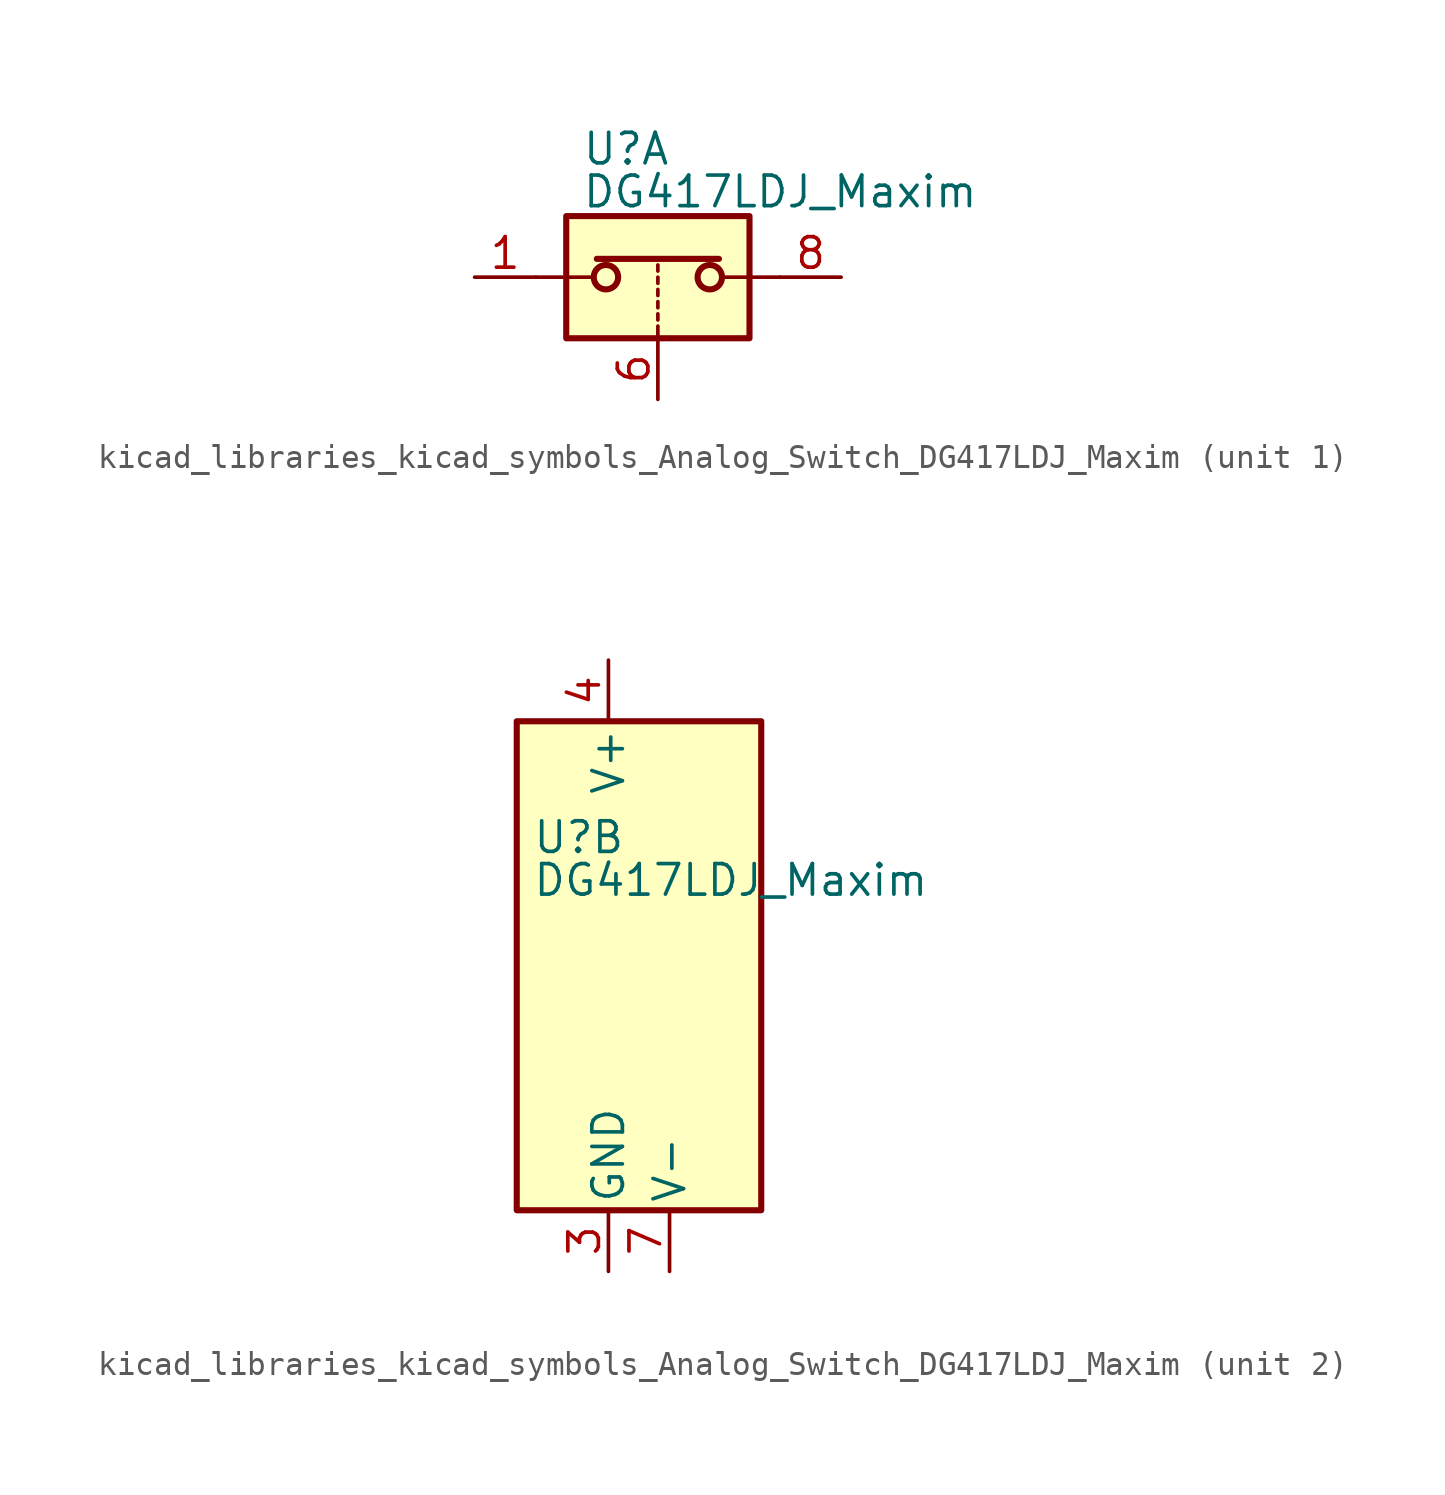
<source format=kicad_sym>
(kicad_symbol_lib
  (version 20220914)
  (generator kicad_symbol_editor)
  (symbol "kicad_libraries_kicad_symbols_Analog_Switch_DG417LDJ_Maxim"
    (pin_names
      (offset 0.254))
    (property "Reference" "U"
      (at -3.175 5.334 0)
      (effects (font (size 1.27 1.27)) (justify left)))
    (property "Value" "DG417LDJ_Maxim"
      (at -3.175 3.556 0)
      (effects (font (size 1.27 1.27)) (justify left)))
    (symbol "kicad_libraries_kicad_symbols_Analog_Switch_DG417LDJ_Maxim_1_1"
      (rectangle (start -3.81 2.54) (end 3.81 -2.54) (stroke (width 0.254) (type default)) (fill (type background)))
      (circle (center -2.159 0) (radius 0.508) (stroke (width 0.254) (type default)) (fill (type none)))
      (polyline (pts (xy -5.08 0) (xy -2.794 0)) (stroke (width 0) (type default)) (fill (type none)))
      (polyline (pts (xy -2.54 0.762) (xy 2.54 0.762)) (stroke (width 0.254) (type default)) (fill (type none)))
      (polyline (pts (xy 0 -2.54) (xy 0 -2.032)) (stroke (width 0) (type default)) (fill (type none)))
      (polyline (pts (xy 0 -1.778) (xy 0 -1.524)) (stroke (width 0) (type default)) (fill (type none)))
      (polyline (pts (xy 0 -1.27) (xy 0 -1.016)) (stroke (width 0) (type default)) (fill (type none)))
      (polyline (pts (xy 0 -0.762) (xy 0 -0.508)) (stroke (width 0) (type default)) (fill (type none)))
      (polyline (pts (xy 0 -0.254) (xy 0 0)) (stroke (width 0) (type default)) (fill (type none)))
      (polyline (pts (xy 0 0.254) (xy 0 0.508)) (stroke (width 0) (type default)) (fill (type none)))
      (polyline (pts (xy 5.08 0) (xy 2.794 0)) (stroke (width 0) (type default)) (fill (type none)))
      (circle (center 2.159 0) (radius 0.508) (stroke (width 0.254) (type default)) (fill (type none)))
      (pin passive line (at -7.62 0 0) (length 2.54) (name "~" (effects (font (size 1.27 1.27)))) (number "1" (effects (font (size 1.27 1.27)))))
      (pin input line (at 0 -5.08 90) (length 2.54) (name "~" (effects (font (size 1.27 1.27)))) (number "6" (effects (font (size 1.27 1.27)))))
      (pin passive line (at 7.62 0 180) (length 2.54) (name "~" (effects (font (size 1.27 1.27)))) (number "8" (effects (font (size 1.27 1.27))))))
    (symbol "kicad_libraries_kicad_symbols_Analog_Switch_DG417LDJ_Maxim_2_0"
      (pin no_connect line (at -2.54 10.16 270) (length 2.54) hide (name "NC" (effects (font (size 1.27 1.27)))) (number "2" (effects (font (size 1.27 1.27)))))
      (pin power_in line (at 0 -12.7 90) (length 2.54) (name "GND" (effects (font (size 1.27 1.27)))) (number "3" (effects (font (size 1.27 1.27)))))
      (pin power_in line (at 0 12.7 270) (length 2.54) (name "V+" (effects (font (size 1.27 1.27)))) (number "4" (effects (font (size 1.27 1.27)))))
      (pin no_connect line (at 2.54 10.16 270) (length 2.54) hide (name "NC" (effects (font (size 1.27 1.27)))) (number "5" (effects (font (size 1.27 1.27)))))
      (pin power_in line (at 2.54 -12.7 90) (length 2.54) (name "V-" (effects (font (size 1.27 1.27)))) (number "7" (effects (font (size 1.27 1.27))))))
    (symbol "kicad_libraries_kicad_symbols_Analog_Switch_DG417LDJ_Maxim_2_1"
      (rectangle (start -3.81 10.16) (end 6.35 -10.16) (stroke (width 0.254) (type default)) (fill (type background))))))
</source>
